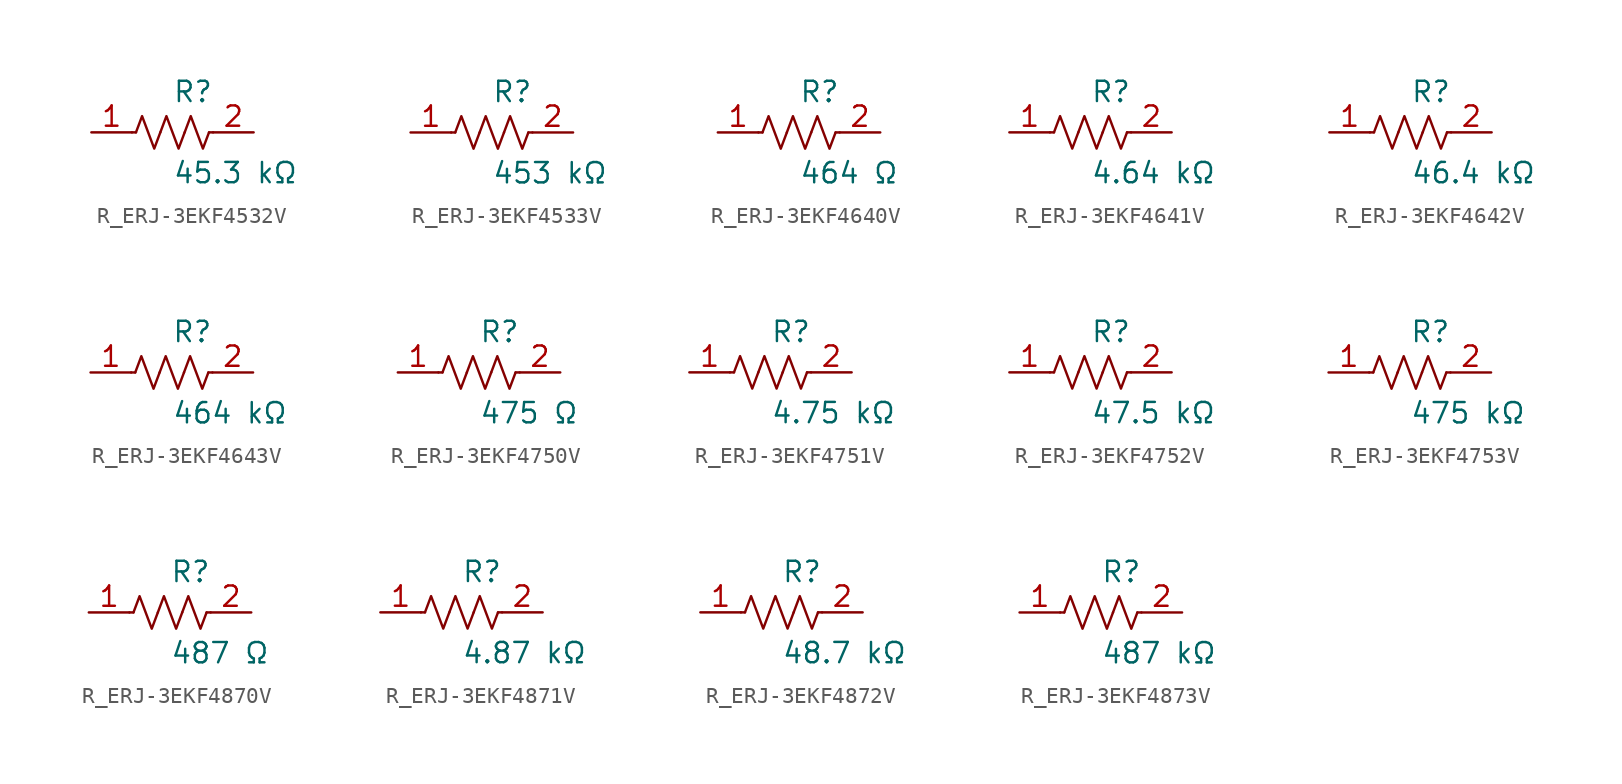
<source format=kicad_sym>
(kicad_symbol_lib
  (version 20231120)
  (generator "kicad_symbol_editor")
  (generator_version "8.0")
  (symbol "R_ERJ-3EKF4532V"
    (pin_names
      (offset 0.254))
    (property "Reference" "R"
      (at 0 2.54 0)
      (effects (font (size 1.27 1.27)) (justify left)))
    (property "Value" "45.3 kΩ"
      (at 0 -2.54 0)
      (effects (font (size 1.27 1.27)) (justify left)))
    (symbol "R_ERJ-3EKF4532V_0_1"
      (polyline (pts (xy 2.286 0) (xy 2.54 0)) (stroke (width 0) (type default)) (fill (type none)))
      (polyline (pts (xy -2.286 0) (xy -2.54 0)) (stroke (width 0) (type default)) (fill (type none)))
      (polyline (pts (xy 0.762 0) (xy 1.143 1.016) (xy 1.524 0) (xy 1.905 -1.016) (xy 2.286 0)) (stroke (width 0) (type default)) (fill (type none)))
      (polyline (pts (xy -0.762 0) (xy -0.381 1.016) (xy 0 0) (xy 0.381 -1.016) (xy 0.762 0)) (stroke (width 0) (type default)) (fill (type none)))
      (polyline (pts (xy -2.286 0) (xy -1.905 1.016) (xy -1.524 0) (xy -1.143 -1.016) (xy -0.762 0)) (stroke (width 0) (type default)) (fill (type none))))
    (pin unspecified line
      (at -5.08 0 0)
      (length 2.54)
      (name "" (effects (font (size 1.27 1.27))))
      (number "1" (effects (font (size 1.27 1.27)))))
    (pin unspecified line
      (at 5.08 0 180)
      (length 2.54)
      (name "" (effects (font (size 1.27 1.27))))
      (number "2" (effects (font (size 1.27 1.27))))))
  (symbol "R_ERJ-3EKF4533V"
    (pin_names
      (offset 0.254))
    (property "Reference" "R"
      (at 0 2.54 0)
      (effects (font (size 1.27 1.27)) (justify left)))
    (property "Value" "453 kΩ"
      (at 0 -2.54 0)
      (effects (font (size 1.27 1.27)) (justify left)))
    (symbol "R_ERJ-3EKF4533V_0_1"
      (polyline (pts (xy 2.286 0) (xy 2.54 0)) (stroke (width 0) (type default)) (fill (type none)))
      (polyline (pts (xy -2.286 0) (xy -2.54 0)) (stroke (width 0) (type default)) (fill (type none)))
      (polyline (pts (xy 0.762 0) (xy 1.143 1.016) (xy 1.524 0) (xy 1.905 -1.016) (xy 2.286 0)) (stroke (width 0) (type default)) (fill (type none)))
      (polyline (pts (xy -0.762 0) (xy -0.381 1.016) (xy 0 0) (xy 0.381 -1.016) (xy 0.762 0)) (stroke (width 0) (type default)) (fill (type none)))
      (polyline (pts (xy -2.286 0) (xy -1.905 1.016) (xy -1.524 0) (xy -1.143 -1.016) (xy -0.762 0)) (stroke (width 0) (type default)) (fill (type none))))
    (pin unspecified line
      (at -5.08 0 0)
      (length 2.54)
      (name "" (effects (font (size 1.27 1.27))))
      (number "1" (effects (font (size 1.27 1.27)))))
    (pin unspecified line
      (at 5.08 0 180)
      (length 2.54)
      (name "" (effects (font (size 1.27 1.27))))
      (number "2" (effects (font (size 1.27 1.27))))))
  (symbol "R_ERJ-3EKF4640V"
    (pin_names
      (offset 0.254))
    (property "Reference" "R"
      (at 0 2.54 0)
      (effects (font (size 1.27 1.27)) (justify left)))
    (property "Value" "464 Ω"
      (at 0 -2.54 0)
      (effects (font (size 1.27 1.27)) (justify left)))
    (symbol "R_ERJ-3EKF4640V_0_1"
      (polyline (pts (xy 2.286 0) (xy 2.54 0)) (stroke (width 0) (type default)) (fill (type none)))
      (polyline (pts (xy -2.286 0) (xy -2.54 0)) (stroke (width 0) (type default)) (fill (type none)))
      (polyline (pts (xy 0.762 0) (xy 1.143 1.016) (xy 1.524 0) (xy 1.905 -1.016) (xy 2.286 0)) (stroke (width 0) (type default)) (fill (type none)))
      (polyline (pts (xy -0.762 0) (xy -0.381 1.016) (xy 0 0) (xy 0.381 -1.016) (xy 0.762 0)) (stroke (width 0) (type default)) (fill (type none)))
      (polyline (pts (xy -2.286 0) (xy -1.905 1.016) (xy -1.524 0) (xy -1.143 -1.016) (xy -0.762 0)) (stroke (width 0) (type default)) (fill (type none))))
    (pin unspecified line
      (at -5.08 0 0)
      (length 2.54)
      (name "" (effects (font (size 1.27 1.27))))
      (number "1" (effects (font (size 1.27 1.27)))))
    (pin unspecified line
      (at 5.08 0 180)
      (length 2.54)
      (name "" (effects (font (size 1.27 1.27))))
      (number "2" (effects (font (size 1.27 1.27))))))
  (symbol "R_ERJ-3EKF4641V"
    (pin_names
      (offset 0.254))
    (property "Reference" "R"
      (at 0 2.54 0)
      (effects (font (size 1.27 1.27)) (justify left)))
    (property "Value" "4.64 kΩ"
      (at 0 -2.54 0)
      (effects (font (size 1.27 1.27)) (justify left)))
    (symbol "R_ERJ-3EKF4641V_0_1"
      (polyline (pts (xy 2.286 0) (xy 2.54 0)) (stroke (width 0) (type default)) (fill (type none)))
      (polyline (pts (xy -2.286 0) (xy -2.54 0)) (stroke (width 0) (type default)) (fill (type none)))
      (polyline (pts (xy 0.762 0) (xy 1.143 1.016) (xy 1.524 0) (xy 1.905 -1.016) (xy 2.286 0)) (stroke (width 0) (type default)) (fill (type none)))
      (polyline (pts (xy -0.762 0) (xy -0.381 1.016) (xy 0 0) (xy 0.381 -1.016) (xy 0.762 0)) (stroke (width 0) (type default)) (fill (type none)))
      (polyline (pts (xy -2.286 0) (xy -1.905 1.016) (xy -1.524 0) (xy -1.143 -1.016) (xy -0.762 0)) (stroke (width 0) (type default)) (fill (type none))))
    (pin unspecified line
      (at -5.08 0 0)
      (length 2.54)
      (name "" (effects (font (size 1.27 1.27))))
      (number "1" (effects (font (size 1.27 1.27)))))
    (pin unspecified line
      (at 5.08 0 180)
      (length 2.54)
      (name "" (effects (font (size 1.27 1.27))))
      (number "2" (effects (font (size 1.27 1.27))))))
  (symbol "R_ERJ-3EKF4642V"
    (pin_names
      (offset 0.254))
    (property "Reference" "R"
      (at 0 2.54 0)
      (effects (font (size 1.27 1.27)) (justify left)))
    (property "Value" "46.4 kΩ"
      (at 0 -2.54 0)
      (effects (font (size 1.27 1.27)) (justify left)))
    (symbol "R_ERJ-3EKF4642V_0_1"
      (polyline (pts (xy 2.286 0) (xy 2.54 0)) (stroke (width 0) (type default)) (fill (type none)))
      (polyline (pts (xy -2.286 0) (xy -2.54 0)) (stroke (width 0) (type default)) (fill (type none)))
      (polyline (pts (xy 0.762 0) (xy 1.143 1.016) (xy 1.524 0) (xy 1.905 -1.016) (xy 2.286 0)) (stroke (width 0) (type default)) (fill (type none)))
      (polyline (pts (xy -0.762 0) (xy -0.381 1.016) (xy 0 0) (xy 0.381 -1.016) (xy 0.762 0)) (stroke (width 0) (type default)) (fill (type none)))
      (polyline (pts (xy -2.286 0) (xy -1.905 1.016) (xy -1.524 0) (xy -1.143 -1.016) (xy -0.762 0)) (stroke (width 0) (type default)) (fill (type none))))
    (pin unspecified line
      (at -5.08 0 0)
      (length 2.54)
      (name "" (effects (font (size 1.27 1.27))))
      (number "1" (effects (font (size 1.27 1.27)))))
    (pin unspecified line
      (at 5.08 0 180)
      (length 2.54)
      (name "" (effects (font (size 1.27 1.27))))
      (number "2" (effects (font (size 1.27 1.27))))))
  (symbol "R_ERJ-3EKF4643V"
    (pin_names
      (offset 0.254))
    (property "Reference" "R"
      (at 0 2.54 0)
      (effects (font (size 1.27 1.27)) (justify left)))
    (property "Value" "464 kΩ"
      (at 0 -2.54 0)
      (effects (font (size 1.27 1.27)) (justify left)))
    (symbol "R_ERJ-3EKF4643V_0_1"
      (polyline (pts (xy 2.286 0) (xy 2.54 0)) (stroke (width 0) (type default)) (fill (type none)))
      (polyline (pts (xy -2.286 0) (xy -2.54 0)) (stroke (width 0) (type default)) (fill (type none)))
      (polyline (pts (xy 0.762 0) (xy 1.143 1.016) (xy 1.524 0) (xy 1.905 -1.016) (xy 2.286 0)) (stroke (width 0) (type default)) (fill (type none)))
      (polyline (pts (xy -0.762 0) (xy -0.381 1.016) (xy 0 0) (xy 0.381 -1.016) (xy 0.762 0)) (stroke (width 0) (type default)) (fill (type none)))
      (polyline (pts (xy -2.286 0) (xy -1.905 1.016) (xy -1.524 0) (xy -1.143 -1.016) (xy -0.762 0)) (stroke (width 0) (type default)) (fill (type none))))
    (pin unspecified line
      (at -5.08 0 0)
      (length 2.54)
      (name "" (effects (font (size 1.27 1.27))))
      (number "1" (effects (font (size 1.27 1.27)))))
    (pin unspecified line
      (at 5.08 0 180)
      (length 2.54)
      (name "" (effects (font (size 1.27 1.27))))
      (number "2" (effects (font (size 1.27 1.27))))))
  (symbol "R_ERJ-3EKF4750V"
    (pin_names
      (offset 0.254))
    (property "Reference" "R"
      (at 0 2.54 0)
      (effects (font (size 1.27 1.27)) (justify left)))
    (property "Value" "475 Ω"
      (at 0 -2.54 0)
      (effects (font (size 1.27 1.27)) (justify left)))
    (symbol "R_ERJ-3EKF4750V_0_1"
      (polyline (pts (xy 2.286 0) (xy 2.54 0)) (stroke (width 0) (type default)) (fill (type none)))
      (polyline (pts (xy -2.286 0) (xy -2.54 0)) (stroke (width 0) (type default)) (fill (type none)))
      (polyline (pts (xy 0.762 0) (xy 1.143 1.016) (xy 1.524 0) (xy 1.905 -1.016) (xy 2.286 0)) (stroke (width 0) (type default)) (fill (type none)))
      (polyline (pts (xy -0.762 0) (xy -0.381 1.016) (xy 0 0) (xy 0.381 -1.016) (xy 0.762 0)) (stroke (width 0) (type default)) (fill (type none)))
      (polyline (pts (xy -2.286 0) (xy -1.905 1.016) (xy -1.524 0) (xy -1.143 -1.016) (xy -0.762 0)) (stroke (width 0) (type default)) (fill (type none))))
    (pin unspecified line
      (at -5.08 0 0)
      (length 2.54)
      (name "" (effects (font (size 1.27 1.27))))
      (number "1" (effects (font (size 1.27 1.27)))))
    (pin unspecified line
      (at 5.08 0 180)
      (length 2.54)
      (name "" (effects (font (size 1.27 1.27))))
      (number "2" (effects (font (size 1.27 1.27))))))
  (symbol "R_ERJ-3EKF4751V"
    (pin_names
      (offset 0.254))
    (property "Reference" "R"
      (at 0 2.54 0)
      (effects (font (size 1.27 1.27)) (justify left)))
    (property "Value" "4.75 kΩ"
      (at 0 -2.54 0)
      (effects (font (size 1.27 1.27)) (justify left)))
    (symbol "R_ERJ-3EKF4751V_0_1"
      (polyline (pts (xy 2.286 0) (xy 2.54 0)) (stroke (width 0) (type default)) (fill (type none)))
      (polyline (pts (xy -2.286 0) (xy -2.54 0)) (stroke (width 0) (type default)) (fill (type none)))
      (polyline (pts (xy 0.762 0) (xy 1.143 1.016) (xy 1.524 0) (xy 1.905 -1.016) (xy 2.286 0)) (stroke (width 0) (type default)) (fill (type none)))
      (polyline (pts (xy -0.762 0) (xy -0.381 1.016) (xy 0 0) (xy 0.381 -1.016) (xy 0.762 0)) (stroke (width 0) (type default)) (fill (type none)))
      (polyline (pts (xy -2.286 0) (xy -1.905 1.016) (xy -1.524 0) (xy -1.143 -1.016) (xy -0.762 0)) (stroke (width 0) (type default)) (fill (type none))))
    (pin unspecified line
      (at -5.08 0 0)
      (length 2.54)
      (name "" (effects (font (size 1.27 1.27))))
      (number "1" (effects (font (size 1.27 1.27)))))
    (pin unspecified line
      (at 5.08 0 180)
      (length 2.54)
      (name "" (effects (font (size 1.27 1.27))))
      (number "2" (effects (font (size 1.27 1.27))))))
  (symbol "R_ERJ-3EKF4752V"
    (pin_names
      (offset 0.254))
    (property "Reference" "R"
      (at 0 2.54 0)
      (effects (font (size 1.27 1.27)) (justify left)))
    (property "Value" "47.5 kΩ"
      (at 0 -2.54 0)
      (effects (font (size 1.27 1.27)) (justify left)))
    (symbol "R_ERJ-3EKF4752V_0_1"
      (polyline (pts (xy 2.286 0) (xy 2.54 0)) (stroke (width 0) (type default)) (fill (type none)))
      (polyline (pts (xy -2.286 0) (xy -2.54 0)) (stroke (width 0) (type default)) (fill (type none)))
      (polyline (pts (xy 0.762 0) (xy 1.143 1.016) (xy 1.524 0) (xy 1.905 -1.016) (xy 2.286 0)) (stroke (width 0) (type default)) (fill (type none)))
      (polyline (pts (xy -0.762 0) (xy -0.381 1.016) (xy 0 0) (xy 0.381 -1.016) (xy 0.762 0)) (stroke (width 0) (type default)) (fill (type none)))
      (polyline (pts (xy -2.286 0) (xy -1.905 1.016) (xy -1.524 0) (xy -1.143 -1.016) (xy -0.762 0)) (stroke (width 0) (type default)) (fill (type none))))
    (pin unspecified line
      (at -5.08 0 0)
      (length 2.54)
      (name "" (effects (font (size 1.27 1.27))))
      (number "1" (effects (font (size 1.27 1.27)))))
    (pin unspecified line
      (at 5.08 0 180)
      (length 2.54)
      (name "" (effects (font (size 1.27 1.27))))
      (number "2" (effects (font (size 1.27 1.27))))))
  (symbol "R_ERJ-3EKF4753V"
    (pin_names
      (offset 0.254))
    (property "Reference" "R"
      (at 0 2.54 0)
      (effects (font (size 1.27 1.27)) (justify left)))
    (property "Value" "475 kΩ"
      (at 0 -2.54 0)
      (effects (font (size 1.27 1.27)) (justify left)))
    (symbol "R_ERJ-3EKF4753V_0_1"
      (polyline (pts (xy 2.286 0) (xy 2.54 0)) (stroke (width 0) (type default)) (fill (type none)))
      (polyline (pts (xy -2.286 0) (xy -2.54 0)) (stroke (width 0) (type default)) (fill (type none)))
      (polyline (pts (xy 0.762 0) (xy 1.143 1.016) (xy 1.524 0) (xy 1.905 -1.016) (xy 2.286 0)) (stroke (width 0) (type default)) (fill (type none)))
      (polyline (pts (xy -0.762 0) (xy -0.381 1.016) (xy 0 0) (xy 0.381 -1.016) (xy 0.762 0)) (stroke (width 0) (type default)) (fill (type none)))
      (polyline (pts (xy -2.286 0) (xy -1.905 1.016) (xy -1.524 0) (xy -1.143 -1.016) (xy -0.762 0)) (stroke (width 0) (type default)) (fill (type none))))
    (pin unspecified line
      (at -5.08 0 0)
      (length 2.54)
      (name "" (effects (font (size 1.27 1.27))))
      (number "1" (effects (font (size 1.27 1.27)))))
    (pin unspecified line
      (at 5.08 0 180)
      (length 2.54)
      (name "" (effects (font (size 1.27 1.27))))
      (number "2" (effects (font (size 1.27 1.27))))))
  (symbol "R_ERJ-3EKF4870V"
    (pin_names
      (offset 0.254))
    (property "Reference" "R"
      (at 0 2.54 0)
      (effects (font (size 1.27 1.27)) (justify left)))
    (property "Value" "487 Ω"
      (at 0 -2.54 0)
      (effects (font (size 1.27 1.27)) (justify left)))
    (symbol "R_ERJ-3EKF4870V_0_1"
      (polyline (pts (xy 2.286 0) (xy 2.54 0)) (stroke (width 0) (type default)) (fill (type none)))
      (polyline (pts (xy -2.286 0) (xy -2.54 0)) (stroke (width 0) (type default)) (fill (type none)))
      (polyline (pts (xy 0.762 0) (xy 1.143 1.016) (xy 1.524 0) (xy 1.905 -1.016) (xy 2.286 0)) (stroke (width 0) (type default)) (fill (type none)))
      (polyline (pts (xy -0.762 0) (xy -0.381 1.016) (xy 0 0) (xy 0.381 -1.016) (xy 0.762 0)) (stroke (width 0) (type default)) (fill (type none)))
      (polyline (pts (xy -2.286 0) (xy -1.905 1.016) (xy -1.524 0) (xy -1.143 -1.016) (xy -0.762 0)) (stroke (width 0) (type default)) (fill (type none))))
    (pin unspecified line
      (at -5.08 0 0)
      (length 2.54)
      (name "" (effects (font (size 1.27 1.27))))
      (number "1" (effects (font (size 1.27 1.27)))))
    (pin unspecified line
      (at 5.08 0 180)
      (length 2.54)
      (name "" (effects (font (size 1.27 1.27))))
      (number "2" (effects (font (size 1.27 1.27))))))
  (symbol "R_ERJ-3EKF4871V"
    (pin_names
      (offset 0.254))
    (property "Reference" "R"
      (at 0 2.54 0)
      (effects (font (size 1.27 1.27)) (justify left)))
    (property "Value" "4.87 kΩ"
      (at 0 -2.54 0)
      (effects (font (size 1.27 1.27)) (justify left)))
    (symbol "R_ERJ-3EKF4871V_0_1"
      (polyline (pts (xy 2.286 0) (xy 2.54 0)) (stroke (width 0) (type default)) (fill (type none)))
      (polyline (pts (xy -2.286 0) (xy -2.54 0)) (stroke (width 0) (type default)) (fill (type none)))
      (polyline (pts (xy 0.762 0) (xy 1.143 1.016) (xy 1.524 0) (xy 1.905 -1.016) (xy 2.286 0)) (stroke (width 0) (type default)) (fill (type none)))
      (polyline (pts (xy -0.762 0) (xy -0.381 1.016) (xy 0 0) (xy 0.381 -1.016) (xy 0.762 0)) (stroke (width 0) (type default)) (fill (type none)))
      (polyline (pts (xy -2.286 0) (xy -1.905 1.016) (xy -1.524 0) (xy -1.143 -1.016) (xy -0.762 0)) (stroke (width 0) (type default)) (fill (type none))))
    (pin unspecified line
      (at -5.08 0 0)
      (length 2.54)
      (name "" (effects (font (size 1.27 1.27))))
      (number "1" (effects (font (size 1.27 1.27)))))
    (pin unspecified line
      (at 5.08 0 180)
      (length 2.54)
      (name "" (effects (font (size 1.27 1.27))))
      (number "2" (effects (font (size 1.27 1.27))))))
  (symbol "R_ERJ-3EKF4872V"
    (pin_names
      (offset 0.254))
    (property "Reference" "R"
      (at 0 2.54 0)
      (effects (font (size 1.27 1.27)) (justify left)))
    (property "Value" "48.7 kΩ"
      (at 0 -2.54 0)
      (effects (font (size 1.27 1.27)) (justify left)))
    (symbol "R_ERJ-3EKF4872V_0_1"
      (polyline (pts (xy 2.286 0) (xy 2.54 0)) (stroke (width 0) (type default)) (fill (type none)))
      (polyline (pts (xy -2.286 0) (xy -2.54 0)) (stroke (width 0) (type default)) (fill (type none)))
      (polyline (pts (xy 0.762 0) (xy 1.143 1.016) (xy 1.524 0) (xy 1.905 -1.016) (xy 2.286 0)) (stroke (width 0) (type default)) (fill (type none)))
      (polyline (pts (xy -0.762 0) (xy -0.381 1.016) (xy 0 0) (xy 0.381 -1.016) (xy 0.762 0)) (stroke (width 0) (type default)) (fill (type none)))
      (polyline (pts (xy -2.286 0) (xy -1.905 1.016) (xy -1.524 0) (xy -1.143 -1.016) (xy -0.762 0)) (stroke (width 0) (type default)) (fill (type none))))
    (pin unspecified line
      (at -5.08 0 0)
      (length 2.54)
      (name "" (effects (font (size 1.27 1.27))))
      (number "1" (effects (font (size 1.27 1.27)))))
    (pin unspecified line
      (at 5.08 0 180)
      (length 2.54)
      (name "" (effects (font (size 1.27 1.27))))
      (number "2" (effects (font (size 1.27 1.27))))))
  (symbol "R_ERJ-3EKF4873V"
    (pin_names
      (offset 0.254))
    (property "Reference" "R"
      (at 0 2.54 0)
      (effects (font (size 1.27 1.27)) (justify left)))
    (property "Value" "487 kΩ"
      (at 0 -2.54 0)
      (effects (font (size 1.27 1.27)) (justify left)))
    (symbol "R_ERJ-3EKF4873V_0_1"
      (polyline (pts (xy 2.286 0) (xy 2.54 0)) (stroke (width 0) (type default)) (fill (type none)))
      (polyline (pts (xy -2.286 0) (xy -2.54 0)) (stroke (width 0) (type default)) (fill (type none)))
      (polyline (pts (xy 0.762 0) (xy 1.143 1.016) (xy 1.524 0) (xy 1.905 -1.016) (xy 2.286 0)) (stroke (width 0) (type default)) (fill (type none)))
      (polyline (pts (xy -0.762 0) (xy -0.381 1.016) (xy 0 0) (xy 0.381 -1.016) (xy 0.762 0)) (stroke (width 0) (type default)) (fill (type none)))
      (polyline (pts (xy -2.286 0) (xy -1.905 1.016) (xy -1.524 0) (xy -1.143 -1.016) (xy -0.762 0)) (stroke (width 0) (type default)) (fill (type none))))
    (pin unspecified line
      (at -5.08 0 0)
      (length 2.54)
      (name "" (effects (font (size 1.27 1.27))))
      (number "1" (effects (font (size 1.27 1.27)))))
    (pin unspecified line
      (at 5.08 0 180)
      (length 2.54)
      (name "" (effects (font (size 1.27 1.27))))
      (number "2" (effects (font (size 1.27 1.27)))))))
</source>
